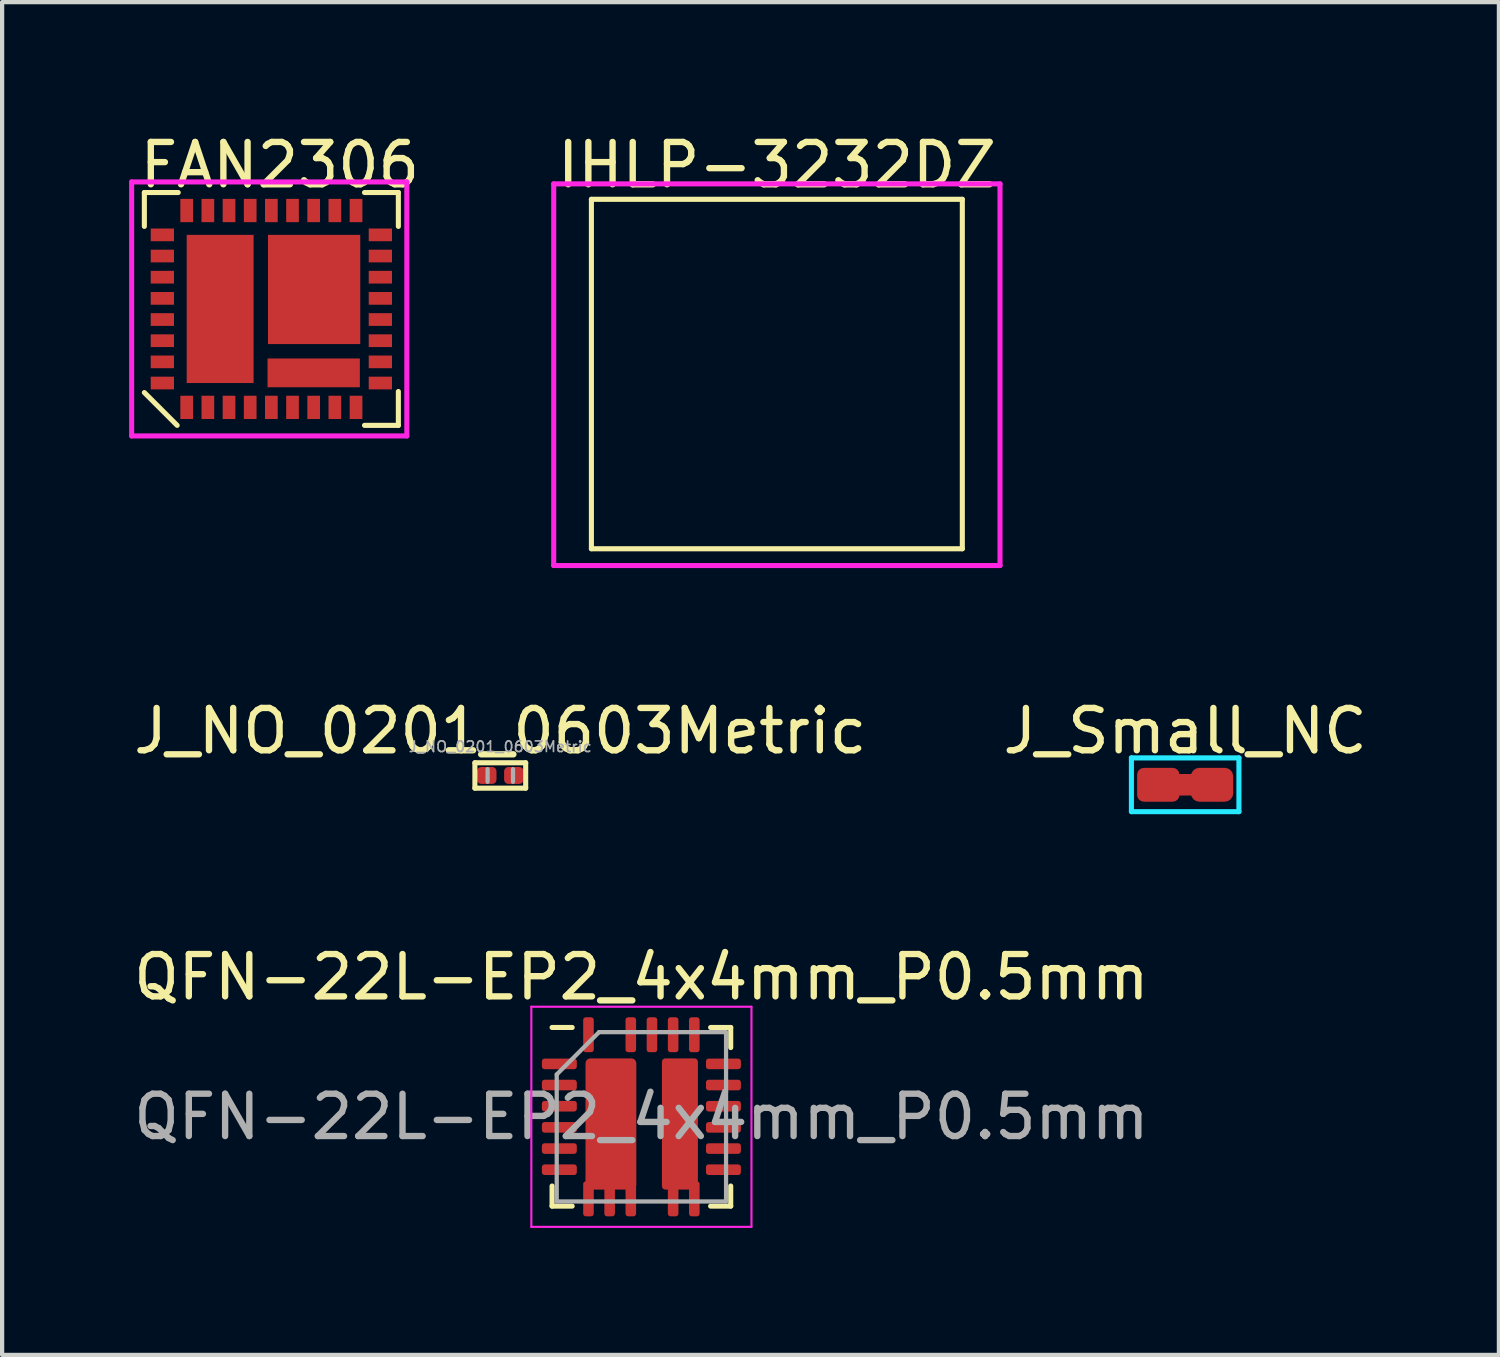
<source format=kicad_pcb>
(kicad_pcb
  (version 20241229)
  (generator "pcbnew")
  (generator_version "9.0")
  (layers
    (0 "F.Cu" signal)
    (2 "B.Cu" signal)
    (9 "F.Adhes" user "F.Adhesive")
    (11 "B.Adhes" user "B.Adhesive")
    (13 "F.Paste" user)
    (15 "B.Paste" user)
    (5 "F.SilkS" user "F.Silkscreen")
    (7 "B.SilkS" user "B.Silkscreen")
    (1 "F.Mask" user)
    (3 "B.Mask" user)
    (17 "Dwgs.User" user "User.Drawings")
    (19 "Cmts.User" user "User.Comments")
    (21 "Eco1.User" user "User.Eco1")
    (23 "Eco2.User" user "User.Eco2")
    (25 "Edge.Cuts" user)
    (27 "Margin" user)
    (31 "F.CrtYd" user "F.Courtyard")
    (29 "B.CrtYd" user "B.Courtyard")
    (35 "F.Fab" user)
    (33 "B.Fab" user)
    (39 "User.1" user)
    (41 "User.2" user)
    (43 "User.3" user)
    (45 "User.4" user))
  (footprint "IHLP-3232DZ"
    (layer "F.Cu")
    (at 15.301 5.801)
    (property "Reference" "IHLP-3232DZ" (at 0 -4.953 0) (layer "F.SilkS") (effects (font (size 1 1) (thickness 0.15))))
    (attr through_hole)
    (fp_poly (pts (xy -4.826 -2.794) (xy -2.413 -2.794) (xy -2.413 2.667) (xy -4.826 2.667)) (stroke (width 0.1) (type solid)) (fill yes) (layer "F.Mask"))
    (fp_poly (pts (xy 2.413 -2.794) (xy 4.826 -2.794) (xy 4.826 2.667) (xy 2.413 2.667)) (stroke (width 0.1) (type solid)) (fill yes) (layer "F.Mask"))
    (fp_line (start -4.381 -4.143) (end 4.381 -4.143) (stroke (width 0.12) (type solid)) (layer "F.SilkS"))
    (fp_line (start -4.381 4.112) (end -4.381 -4.143) (stroke (width 0.12) (type solid)) (layer "F.SilkS"))
    (fp_line (start 4.381 -4.143) (end 4.381 4.112) (stroke (width 0.12) (type solid)) (layer "F.SilkS"))
    (fp_line (start 4.381 4.112) (end -4.381 4.112) (stroke (width 0.12) (type solid)) (layer "F.SilkS"))
    (fp_line (start -5.271 -4.508) (end 5.271 -4.508) (stroke (width 0.12) (type solid)) (layer "F.CrtYd"))
    (fp_line (start -5.271 4.508) (end -5.271 -4.508) (stroke (width 0.12) (type solid)) (layer "F.CrtYd"))
    (fp_line (start 5.271 -4.508) (end 5.271 4.508) (stroke (width 0.12) (type solid)) (layer "F.CrtYd"))
    (fp_line (start 5.271 4.508) (end -5.271 4.508) (stroke (width 0.12) (type solid)) (layer "F.CrtYd")))
  (footprint "J_NO_0201_0603Metric"
    (layer "F.Cu")
    (at 8.768 15.268)
    (property "Reference" "J_NO_0201_0603Metric" (at 0 -1.05 0) (layer "F.SilkS") (effects (font (size 1 1) (thickness 0.15))))
    (attr smd)
    (fp_poly (pts (xy -0.2 -0.1) (xy 0.2 -0.1) (xy 0.2 0.1) (xy -0.2 0.1)) (stroke (width 0.1) (type solid)) (fill yes) (layer "F.Mask"))
    (fp_line (start -0.6 -0.3) (end 0.6 -0.3) (stroke (width 0.12) (type solid)) (layer "F.SilkS"))
    (fp_line (start -0.6 0.3) (end -0.6 -0.3) (stroke (width 0.12) (type solid)) (layer "F.SilkS"))
    (fp_line (start 0.6 -0.3) (end 0.6 0.3) (stroke (width 0.12) (type solid)) (layer "F.SilkS"))
    (fp_line (start 0.6 0.3) (end -0.6 0.3) (stroke (width 0.12) (type solid)) (layer "F.SilkS"))
    (fp_line (start -0.3 0.15) (end -0.3 -0.15) (stroke (width 0.1) (type solid)) (layer "F.Fab"))
    (fp_line (start 0.3 -0.15) (end 0.3 0.15) (stroke (width 0.1) (type solid)) (layer "F.Fab"))
    (fp_text user "${REFERENCE}" (at 0 -0.68 0) (layer "F.Fab") (effects (font (size 0.25 0.25) (thickness 0.04))))
    (pad "1" smd roundrect (at -0.32 0) (size 0.46 0.4) (layers "F.Cu" "F.Mask") (roundrect_rratio 0.25))
    (pad "2" smd roundrect (at 0.32 0) (size 0.46 0.4) (layers "F.Cu" "F.Mask") (roundrect_rratio 0.25)))
  (footprint "FAN2306"
    (layer "F.Cu")
    (at 3.36 4.248)
    (property "Reference" "FAN2306" (at 0.2 -3.4 0) (layer "F.SilkS") (effects (font (size 1 1) (thickness 0.15))))
    (attr through_hole)
    (fp_line (start -3 -2.75) (end -2.2 -2.75) (stroke (width 0.12) (type solid)) (layer "F.SilkS"))
    (fp_line (start -3 -1.95) (end -3 -2.75) (stroke (width 0.12) (type solid)) (layer "F.SilkS"))
    (fp_line (start -3 1.975) (end -2.225 2.75) (stroke (width 0.12) (type solid)) (layer "F.SilkS"))
    (fp_line (start 2.2 2.75) (end 3 2.75) (stroke (width 0.12) (type solid)) (layer "F.SilkS"))
    (fp_line (start 3 -2.75) (end 2.2 -2.75) (stroke (width 0.12) (type solid)) (layer "F.SilkS"))
    (fp_line (start 3 -1.95) (end 3 -2.75) (stroke (width 0.12) (type solid)) (layer "F.SilkS"))
    (fp_line (start 3 2.75) (end 3 1.95) (stroke (width 0.12) (type solid)) (layer "F.SilkS"))
    (fp_line (start -3.3 -3) (end 3.2 -3) (stroke (width 0.12) (type solid)) (layer "F.CrtYd"))
    (fp_line (start -3.3 3) (end -3.3 -3) (stroke (width 0.12) (type solid)) (layer "F.CrtYd"))
    (fp_line (start 3.2 -3) (end 3.2 3) (stroke (width 0.12) (type solid)) (layer "F.CrtYd"))
    (fp_line (start 3.2 3) (end -3.3 3) (stroke (width 0.12) (type solid)) (layer "F.CrtYd"))
    (pad "1" smd rect (at -2 2.325) (size 0.3 0.55) (layers "F.Cu" "F.Mask" "F.Paste"))
    (pad "2" smd rect (at -1.5 2.325) (size 0.3 0.55) (layers "F.Cu" "F.Mask" "F.Paste"))
    (pad "3" smd rect (at -1 2.325) (size 0.3 0.55) (layers "F.Cu" "F.Mask" "F.Paste"))
    (pad "4" smd rect (at -0.5 2.325) (size 0.3 0.55) (layers "F.Cu" "F.Mask" "F.Paste"))
    (pad "5" smd rect (at 0 2.325) (size 0.3 0.55) (layers "F.Cu" "F.Mask" "F.Paste"))
    (pad "6" smd rect (at 0.5 2.325) (size 0.3 0.55) (layers "F.Cu" "F.Mask" "F.Paste"))
    (pad "7" smd rect (at 1 2.325) (size 0.3 0.55) (layers "F.Cu" "F.Mask" "F.Paste"))
    (pad "8" smd rect (at 1.5 2.325) (size 0.3 0.55) (layers "F.Cu" "F.Mask" "F.Paste"))
    (pad "9" smd rect (at 2 2.325) (size 0.3 0.55) (layers "F.Cu" "F.Mask" "F.Paste"))
    (pad "10" smd rect (at 2.575 1.75 90) (size 0.3 0.55) (layers "F.Cu" "F.Mask" "F.Paste"))
    (pad "11" smd rect (at 2.575 1.25 90) (size 0.3 0.55) (layers "F.Cu" "F.Mask" "F.Paste"))
    (pad "12" smd rect (at 2.575 0.75 90) (size 0.3 0.55) (layers "F.Cu" "F.Mask" "F.Paste"))
    (pad "13" smd rect (at 2.575 0.25 90) (size 0.3 0.55) (layers "F.Cu" "F.Mask" "F.Paste"))
    (pad "14" smd rect (at 2.575 -0.25 90) (size 0.3 0.55) (layers "F.Cu" "F.Mask" "F.Paste"))
    (pad "15" smd rect (at 2.575 -0.75 90) (size 0.3 0.55) (layers "F.Cu" "F.Mask" "F.Paste"))
    (pad "16" smd rect (at 2.575 -1.25 90) (size 0.3 0.55) (layers "F.Cu" "F.Mask" "F.Paste"))
    (pad "17" smd rect (at 2.575 -1.75 90) (size 0.3 0.55) (layers "F.Cu" "F.Mask" "F.Paste"))
    (pad "18" smd rect (at 2 -2.325) (size 0.3 0.55) (layers "F.Cu" "F.Mask" "F.Paste"))
    (pad "19" smd rect (at 1.5 -2.325) (size 0.3 0.55) (layers "F.Cu" "F.Mask" "F.Paste"))
    (pad "20" smd rect (at 1 -2.325) (size 0.3 0.55) (layers "F.Cu" "F.Mask" "F.Paste"))
    (pad "21" smd rect (at 0.5 -2.325) (size 0.3 0.55) (layers "F.Cu" "F.Mask" "F.Paste"))
    (pad "22" smd rect (at 0 -2.325) (size 0.3 0.55) (layers "F.Cu" "F.Mask" "F.Paste"))
    (pad "23" smd rect (at -0.5 -2.325) (size 0.3 0.55) (layers "F.Cu" "F.Mask" "F.Paste"))
    (pad "24" smd rect (at -1 -2.325) (size 0.3 0.55) (layers "F.Cu" "F.Mask" "F.Paste"))
    (pad "25" smd rect (at -1.5 -2.325) (size 0.3 0.55) (layers "F.Cu" "F.Mask" "F.Paste"))
    (pad "26" smd rect (at -2 -2.325) (size 0.3 0.55) (layers "F.Cu" "F.Mask" "F.Paste"))
    (pad "27" smd rect (at -2.575 -1.75 90) (size 0.3 0.55) (layers "F.Cu" "F.Mask" "F.Paste"))
    (pad "28" smd rect (at -2.575 -1.25 90) (size 0.3 0.55) (layers "F.Cu" "F.Mask" "F.Paste"))
    (pad "29" smd rect (at -2.575 -0.75 90) (size 0.3 0.55) (layers "F.Cu" "F.Mask" "F.Paste"))
    (pad "30" smd rect (at -2.575 -0.25 90) (size 0.3 0.55) (layers "F.Cu" "F.Mask" "F.Paste"))
    (pad "31" smd rect (at -2.575 0.25 90) (size 0.3 0.55) (layers "F.Cu" "F.Mask" "F.Paste"))
    (pad "32" smd rect (at -2.575 0.75 90) (size 0.3 0.55) (layers "F.Cu" "F.Mask" "F.Paste"))
    (pad "33" smd rect (at -2.575 1.25 90) (size 0.3 0.55) (layers "F.Cu" "F.Mask" "F.Paste"))
    (pad "34" smd rect (at -2.575 1.75 90) (size 0.3 0.55) (layers "F.Cu" "F.Mask" "F.Paste"))
    (pad "P1" smd rect (at -1.21 0) (size 1.58 3.5) (layers "F.Cu" "F.Mask" "F.Paste"))
    (pad "P2" smd rect (at 1 1.51) (size 2.18 0.68) (layers "F.Cu" "F.Mask" "F.Paste"))
    (pad "P3" smd rect (at 1.01 -0.46) (size 2.18 2.58) (layers "F.Cu" "F.Mask" "F.Paste")))
  (footprint "QFN-22L-EP2_4x4mm_P0.5mm"
    (layer "F.Cu")
    (at 12.101 23.331)
    (property "Reference" "QFN-22L-EP2_4x4mm_P0.5mm" (at 0 -3.3 0) (layer "F.SilkS") (effects (font (size 1 1) (thickness 0.15))))
    (attr smd)
    (fp_line (start -2.11 2.11) (end -2.11 1.635) (stroke (width 0.12) (type solid)) (layer "F.SilkS"))
    (fp_line (start -1.635 -2.11) (end -2.11 -2.11) (stroke (width 0.12) (type solid)) (layer "F.SilkS"))
    (fp_line (start -1.635 2.11) (end -2.11 2.11) (stroke (width 0.12) (type solid)) (layer "F.SilkS"))
    (fp_line (start 1.635 -2.11) (end 2.11 -2.11) (stroke (width 0.12) (type solid)) (layer "F.SilkS"))
    (fp_line (start 1.635 2.11) (end 2.11 2.11) (stroke (width 0.12) (type solid)) (layer "F.SilkS"))
    (fp_line (start 2.11 -2.11) (end 2.11 -1.635) (stroke (width 0.12) (type solid)) (layer "F.SilkS"))
    (fp_line (start 2.11 2.11) (end 2.11 1.635) (stroke (width 0.12) (type solid)) (layer "F.SilkS"))
    (fp_line (start -2.6 -2.6) (end -2.6 2.6) (stroke (width 0.05) (type solid)) (layer "F.CrtYd"))
    (fp_line (start -2.6 2.6) (end 2.6 2.6) (stroke (width 0.05) (type solid)) (layer "F.CrtYd"))
    (fp_line (start 2.6 -2.6) (end -2.6 -2.6) (stroke (width 0.05) (type solid)) (layer "F.CrtYd"))
    (fp_line (start 2.6 2.6) (end 2.6 -2.6) (stroke (width 0.05) (type solid)) (layer "F.CrtYd"))
    (fp_line (start -2 -1) (end -1 -2) (stroke (width 0.1) (type solid)) (layer "F.Fab"))
    (fp_line (start -2 2) (end -2 -1) (stroke (width 0.1) (type solid)) (layer "F.Fab"))
    (fp_line (start -1 -2) (end 2 -2) (stroke (width 0.1) (type solid)) (layer "F.Fab"))
    (fp_line (start 2 -2) (end 2 2) (stroke (width 0.1) (type solid)) (layer "F.Fab"))
    (fp_line (start 2 2) (end -2 2) (stroke (width 0.1) (type solid)) (layer "F.Fab"))
    (fp_text user "${REFERENCE}" (at 0 0 0) (layer "F.Fab") (effects (font (size 1 1) (thickness 0.15))))
    (pad "1" smd roundrect (at -1.938 -1.25) (size 0.825 0.25) (layers "F.Cu" "F.Mask" "F.Paste") (roundrect_rratio 0.25))
    (pad "2" smd roundrect (at -1.938 -0.75) (size 0.825 0.25) (layers "F.Cu" "F.Mask" "F.Paste") (roundrect_rratio 0.25))
    (pad "3" smd roundrect (at -1.938 -0.25) (size 0.825 0.25) (layers "F.Cu" "F.Mask" "F.Paste") (roundrect_rratio 0.25))
    (pad "4" smd roundrect (at -1.938 0.25) (size 0.825 0.25) (layers "F.Cu" "F.Mask" "F.Paste") (roundrect_rratio 0.25))
    (pad "5" smd roundrect (at -1.938 0.75) (size 0.825 0.25) (layers "F.Cu" "F.Mask" "F.Paste") (roundrect_rratio 0.25))
    (pad "6" smd roundrect (at -1.938 1.25) (size 0.825 0.25) (layers "F.Cu" "F.Mask" "F.Paste") (roundrect_rratio 0.25))
    (pad "7" smd roundrect (at -1.25 1.938) (size 0.25 0.825) (layers "F.Cu" "F.Mask" "F.Paste") (roundrect_rratio 0.25))
    (pad "7" smd roundrect (at -0.72 0.17) (size 1.2 3.1) (layers "F.Cu" "F.Mask" "F.Paste") (roundrect_rratio 0.096))
    (pad "8" smd roundrect (at -0.75 1.938) (size 0.25 0.825) (layers "F.Cu" "F.Mask" "F.Paste") (roundrect_rratio 0.25))
    (pad "9" smd roundrect (at -0.25 1.938) (size 0.25 0.825) (layers "F.Cu" "F.Mask" "F.Paste") (roundrect_rratio 0.25))
    (pad "10" smd roundrect (at 0.75 1.938) (size 0.25 0.825) (layers "F.Cu" "F.Mask" "F.Paste") (roundrect_rratio 0.25))
    (pad "11" smd roundrect (at 0.91 0.17) (size 0.85 3.1) (layers "F.Cu" "F.Mask" "F.Paste") (roundrect_rratio 0.096))
    (pad "11" smd roundrect (at 1.25 1.938) (size 0.25 0.825) (layers "F.Cu" "F.Mask" "F.Paste") (roundrect_rratio 0.25))
    (pad "12" smd roundrect (at 1.938 1.25) (size 0.825 0.25) (layers "F.Cu" "F.Mask" "F.Paste") (roundrect_rratio 0.25))
    (pad "13" smd roundrect (at 1.938 0.75) (size 0.825 0.25) (layers "F.Cu" "F.Mask" "F.Paste") (roundrect_rratio 0.25))
    (pad "14" smd roundrect (at 1.938 0.25) (size 0.825 0.25) (layers "F.Cu" "F.Mask" "F.Paste") (roundrect_rratio 0.25))
    (pad "15" smd roundrect (at 1.938 -0.25) (size 0.825 0.25) (layers "F.Cu" "F.Mask" "F.Paste") (roundrect_rratio 0.25))
    (pad "16" smd roundrect (at 1.938 -0.75) (size 0.825 0.25) (layers "F.Cu" "F.Mask" "F.Paste") (roundrect_rratio 0.25))
    (pad "17" smd roundrect (at 1.938 -1.25) (size 0.825 0.25) (layers "F.Cu" "F.Mask" "F.Paste") (roundrect_rratio 0.25))
    (pad "18" smd roundrect (at 1.25 -1.938) (size 0.25 0.825) (layers "F.Cu" "F.Mask" "F.Paste") (roundrect_rratio 0.25))
    (pad "19" smd roundrect (at 0.75 -1.938) (size 0.25 0.825) (layers "F.Cu" "F.Mask" "F.Paste") (roundrect_rratio 0.25))
    (pad "20" smd roundrect (at 0.25 -1.938) (size 0.25 0.825) (layers "F.Cu" "F.Mask" "F.Paste") (roundrect_rratio 0.25))
    (pad "21" smd roundrect (at -0.25 -1.938) (size 0.25 0.825) (layers "F.Cu" "F.Mask" "F.Paste") (roundrect_rratio 0.25))
    (pad "22" smd roundrect (at -1.25 -1.938) (size 0.25 0.825) (layers "F.Cu" "F.Mask" "F.Paste") (roundrect_rratio 0.25)))
  (footprint "J_Small_NC"
    (layer "F.Cu")
    (at 24.946 15.488)
    (property "Reference" "J_Small_NC" (at 0 -1.27 0) (layer "F.SilkS") (effects (font (size 1 1) (thickness 0.15))))
    (attr through_hole)
    (fp_line (start -0.127 0) (end 0.127 0) (stroke (width 0.508) (type solid)) (layer "F.Cu"))
    (fp_line (start -0.737 0) (end 0.635 0) (stroke (width 0.8) (type solid)) (layer "F.Mask"))
    (fp_line (start -1.27 -0.635) (end 1.27 -0.635) (stroke (width 0.12) (type solid)) (layer "B.CrtYd"))
    (fp_line (start -1.27 0.635) (end -1.27 -0.635) (stroke (width 0.12) (type solid)) (layer "B.CrtYd"))
    (fp_line (start 1.27 -0.635) (end 1.27 0.635) (stroke (width 0.12) (type solid)) (layer "B.CrtYd"))
    (fp_line (start 1.27 0.635) (end -1.27 0.635) (stroke (width 0.12) (type solid)) (layer "B.CrtYd"))
    (pad "1" smd roundrect (at -0.635 0) (size 1 0.8) (layers "F.Cu" "F.Mask") (roundrect_rratio 0.2))
    (pad "2" smd roundrect (at 0.635 0) (size 1 0.8) (layers "F.Cu" "F.Mask") (roundrect_rratio 0.25)))
  (gr_rect
    (start -3 -3)
    (end 32.357 28.956)
    (stroke (width 0.1) (type default))
    (fill no)
    (layer "Edge.Cuts")))
</source>
